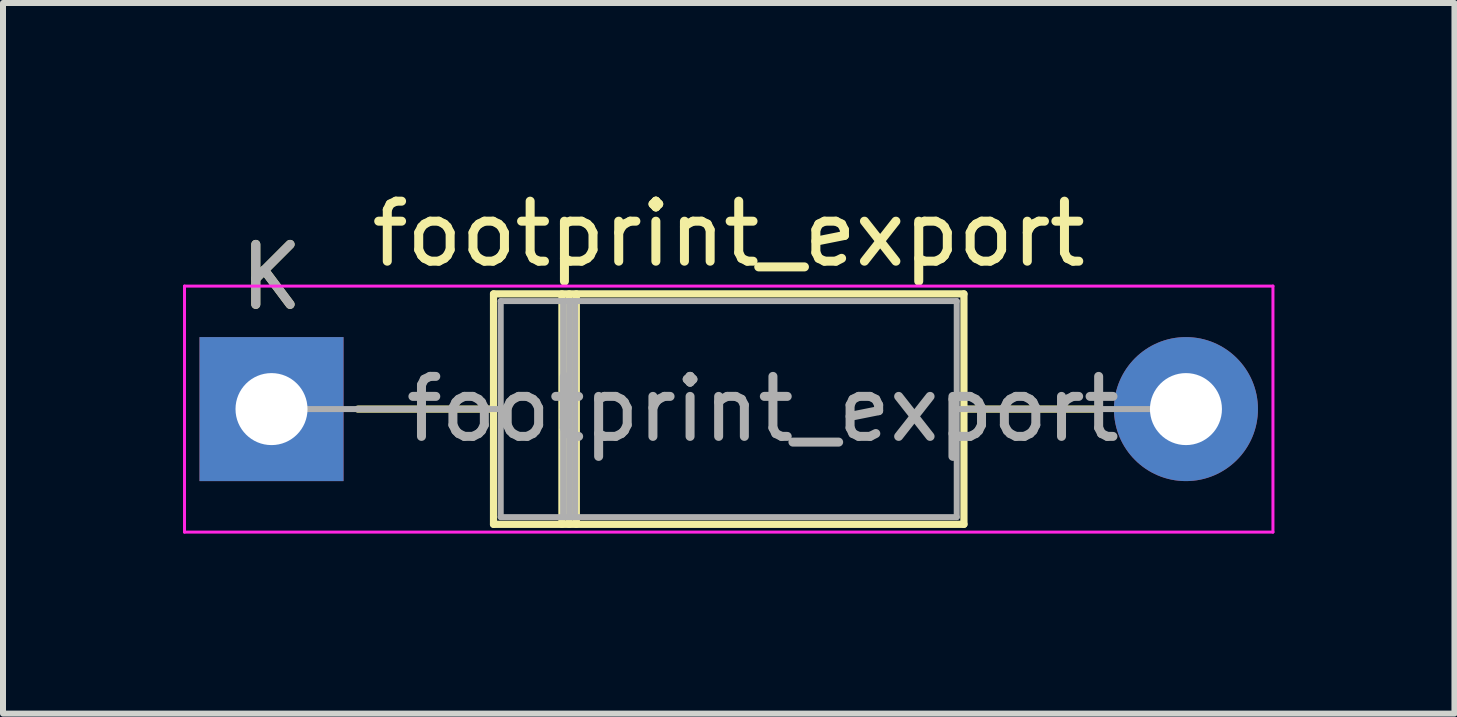
<source format=kicad_pcb>
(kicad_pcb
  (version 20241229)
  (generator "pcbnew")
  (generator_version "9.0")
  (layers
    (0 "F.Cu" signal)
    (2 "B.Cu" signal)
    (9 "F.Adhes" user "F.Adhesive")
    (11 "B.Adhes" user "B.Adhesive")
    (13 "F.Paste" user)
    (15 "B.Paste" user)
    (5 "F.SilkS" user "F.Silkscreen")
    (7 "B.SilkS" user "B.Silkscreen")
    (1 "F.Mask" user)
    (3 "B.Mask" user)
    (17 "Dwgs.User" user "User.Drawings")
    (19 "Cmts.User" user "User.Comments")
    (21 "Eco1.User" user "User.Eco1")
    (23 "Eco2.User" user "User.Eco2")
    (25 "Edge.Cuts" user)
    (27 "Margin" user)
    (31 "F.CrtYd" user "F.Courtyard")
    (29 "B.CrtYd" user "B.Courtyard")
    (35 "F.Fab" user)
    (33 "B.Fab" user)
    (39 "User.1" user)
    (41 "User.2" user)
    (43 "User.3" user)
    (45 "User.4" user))
  (footprint "footprint_export"
    (layer "F.Cu")
    (at 1.475 3.768)
    (property "Reference" "footprint_export" (at 7.62 -2.92 0) (layer "F.SilkS") (effects (font (size 1 1) (thickness 0.15))))
    (attr through_hole)
    (fp_line (start 1.44 0) (end 3.7 0) (stroke (width 0.12) (type solid)) (layer "F.SilkS"))
    (fp_line (start 3.7 -1.92) (end 3.7 1.92) (stroke (width 0.12) (type solid)) (layer "F.SilkS"))
    (fp_line (start 3.7 1.92) (end 11.54 1.92) (stroke (width 0.12) (type solid)) (layer "F.SilkS"))
    (fp_line (start 4.84 -1.92) (end 4.84 1.92) (stroke (width 0.12) (type solid)) (layer "F.SilkS"))
    (fp_line (start 4.96 -1.92) (end 4.96 1.92) (stroke (width 0.12) (type solid)) (layer "F.SilkS"))
    (fp_line (start 5.08 -1.92) (end 5.08 1.92) (stroke (width 0.12) (type solid)) (layer "F.SilkS"))
    (fp_line (start 11.54 -1.92) (end 3.7 -1.92) (stroke (width 0.12) (type solid)) (layer "F.SilkS"))
    (fp_line (start 11.54 1.92) (end 11.54 -1.92) (stroke (width 0.12) (type solid)) (layer "F.SilkS"))
    (fp_line (start 13.8 0) (end 11.54 0) (stroke (width 0.12) (type solid)) (layer "F.SilkS"))
    (fp_line (start -1.45 -2.05) (end -1.45 2.05) (stroke (width 0.05) (type solid)) (layer "F.CrtYd"))
    (fp_line (start -1.45 2.05) (end 16.69 2.05) (stroke (width 0.05) (type solid)) (layer "F.CrtYd"))
    (fp_line (start 16.69 -2.05) (end -1.45 -2.05) (stroke (width 0.05) (type solid)) (layer "F.CrtYd"))
    (fp_line (start 16.69 2.05) (end 16.69 -2.05) (stroke (width 0.05) (type solid)) (layer "F.CrtYd"))
    (fp_line (start 0 0) (end 3.82 0) (stroke (width 0.1) (type solid)) (layer "F.Fab"))
    (fp_line (start 3.82 -1.8) (end 3.82 1.8) (stroke (width 0.1) (type solid)) (layer "F.Fab"))
    (fp_line (start 3.82 1.8) (end 11.42 1.8) (stroke (width 0.1) (type solid)) (layer "F.Fab"))
    (fp_line (start 4.86 -1.8) (end 4.86 1.8) (stroke (width 0.1) (type solid)) (layer "F.Fab"))
    (fp_line (start 4.96 -1.8) (end 4.96 1.8) (stroke (width 0.1) (type solid)) (layer "F.Fab"))
    (fp_line (start 5.06 -1.8) (end 5.06 1.8) (stroke (width 0.1) (type solid)) (layer "F.Fab"))
    (fp_line (start 11.42 -1.8) (end 3.82 -1.8) (stroke (width 0.1) (type solid)) (layer "F.Fab"))
    (fp_line (start 11.42 1.8) (end 11.42 -1.8) (stroke (width 0.1) (type solid)) (layer "F.Fab"))
    (fp_line (start 15.24 0) (end 11.42 0) (stroke (width 0.1) (type solid)) (layer "F.Fab"))
    (fp_text user "K" (at 0 -2.2 0) (layer "F.SilkS") (effects (font (size 1 1) (thickness 0.15))))
    (fp_text user "${REFERENCE}" (at 8.19 0 0) (layer "F.Fab") (effects (font (size 1 1) (thickness 0.15))))
    (fp_text user "K" (at 0 -2.2 0) (layer "F.Fab") (effects (font (size 1 1) (thickness 0.15))))
    (pad "1" thru_hole rect (at 0 0) (size 2.4 2.4) (drill 1.2) (layers "*.Cu" "*.Mask"))
    (pad "2" thru_hole oval (at 15.24 0) (size 2.4 2.4) (drill 1.2) (layers "*.Cu" "*.Mask")))
  (gr_rect
    (start -3 -3)
    (end 21.19 8.843)
    (stroke (width 0.1) (type default))
    (fill no)
    (layer "Edge.Cuts")))
</source>
